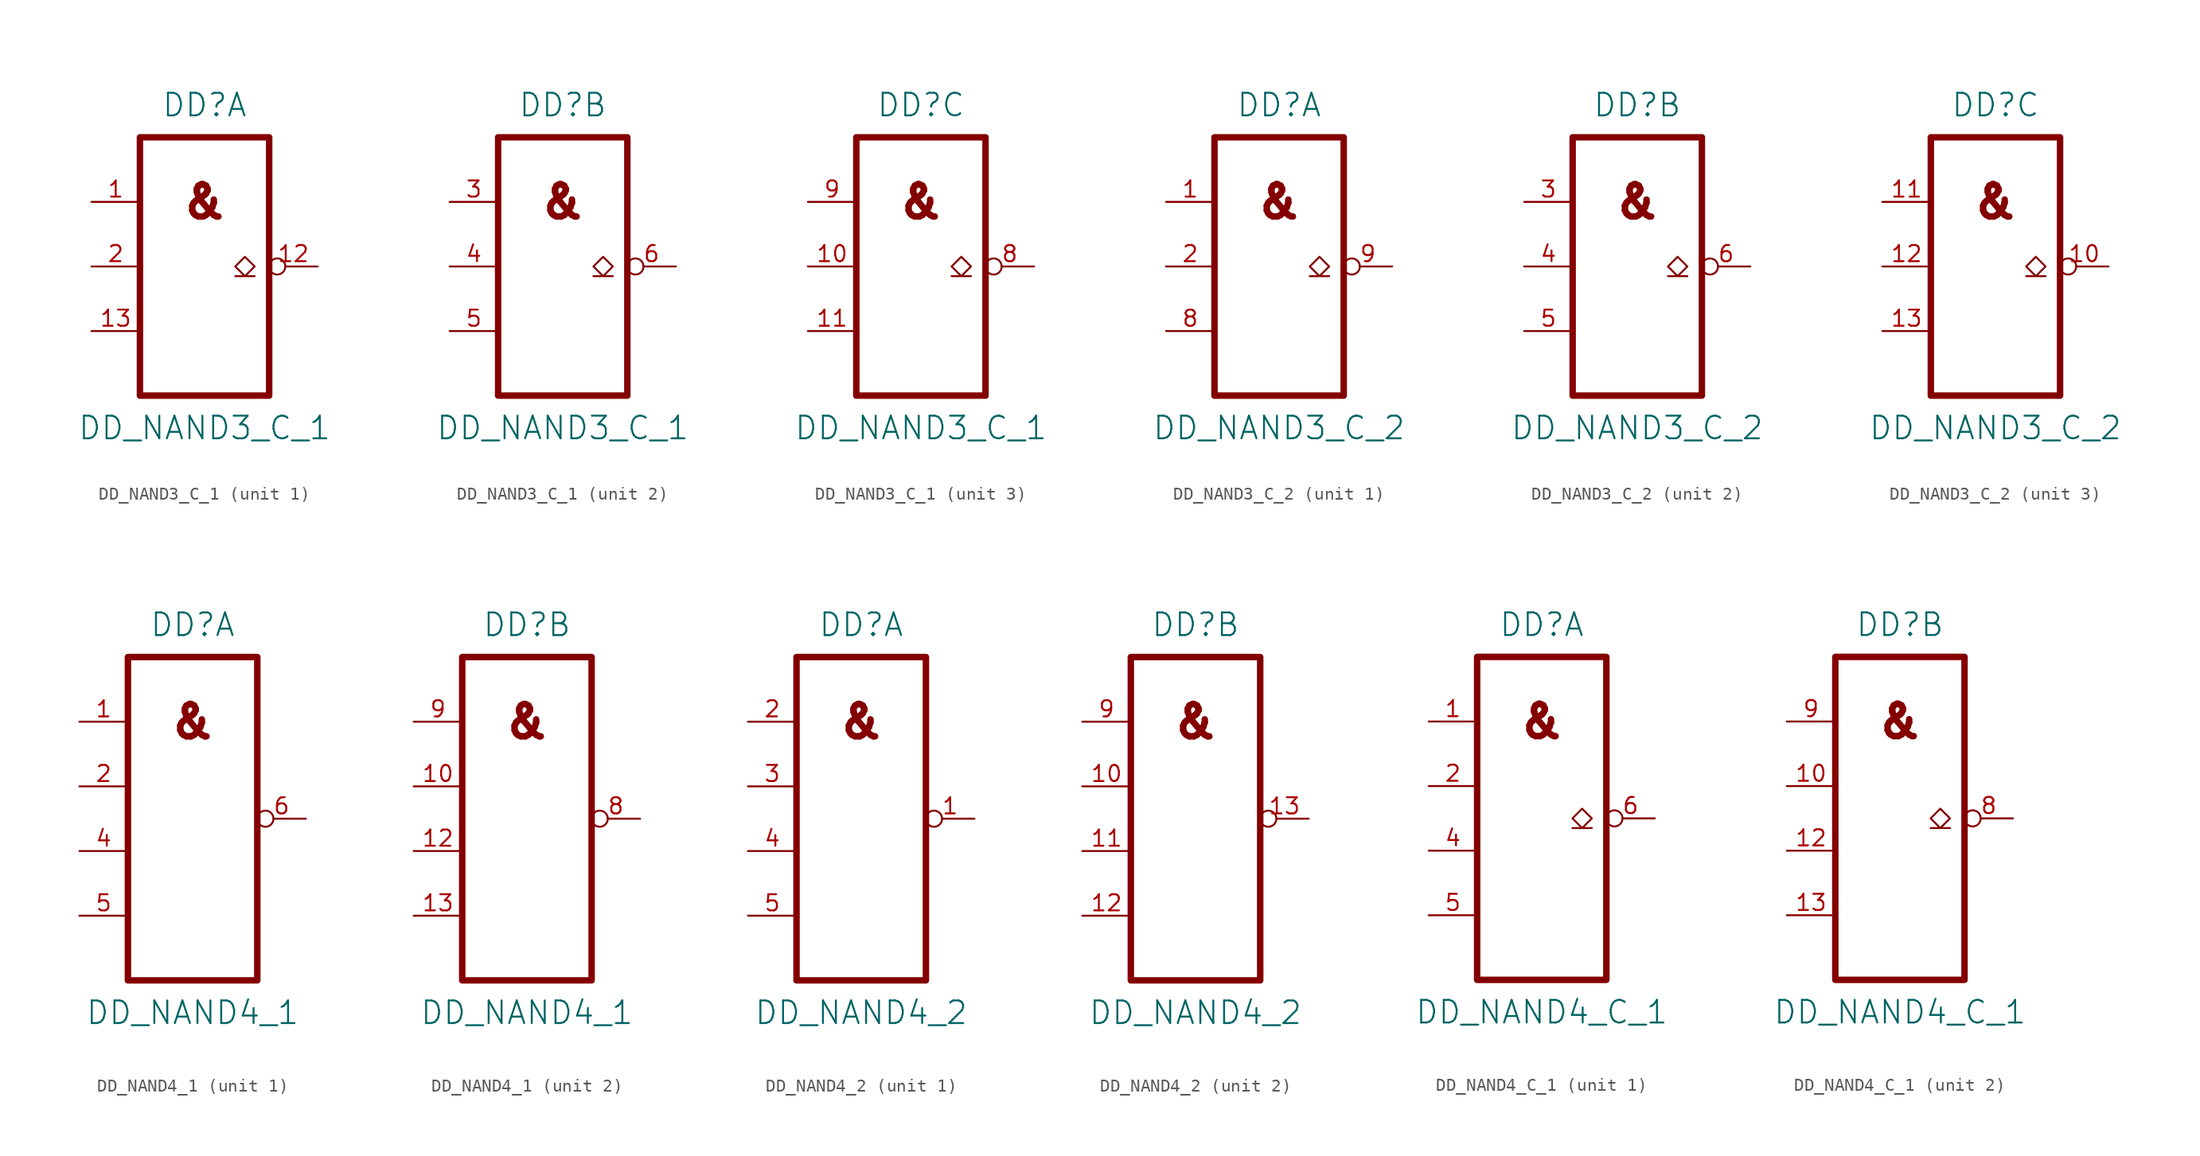
<source format=kicad_sym>
(kicad_symbol_lib
  (version 20211014)
  (generator kicad_symbol_editor)
  (symbol "DD_NAND3_C_1"
    (pin_names
      (offset 1.27))
    (property "Reference" "DD"
      (at 0 12.7 0)
      (effects (font (size 1.778 1.778))))
    (property "Value" "DD_NAND3_C_1"
      (at 0 -12.7 0)
      (effects (font (size 1.778 1.778))))
    (symbol "DD_NAND3_C_1_0_0"
      (text "&" (at 0 5.08 0) (effects (font (size 2.54 2.54) bold))))
    (symbol "DD_NAND3_C_1_0_1"
      (rectangle (start -5.08 10.16) (end 5.08 -10.16) (stroke (width 0.508) (type default) (color 0 0 0 0)) (fill (type none)))
      (polyline (pts (xy 2.413 -0.762) (xy 3.175 -0.762) (xy 2.413 0) (xy 3.175 0.762) (xy 3.937 0) (xy 3.175 -0.762) (xy 3.937 -0.762)) (stroke (width 0) (type default) (color 0 0 0 0)) (fill (type none)))
      (pin power_in non_logic (at 8.89 7.62 180) (length 3.81) hide (name "VCC" (effects (font (size 1.27 1.27)))) (number "14" (effects (font (size 1.27 1.27)))))
      (pin power_in non_logic (at 8.89 -7.62 180) (length 3.81) hide (name "GND" (effects (font (size 1.27 1.27)))) (number "7" (effects (font (size 1.27 1.27))))))
    (symbol "DD_NAND3_C_1_1_1"
      (pin input line (at -8.89 5.08 0) (length 3.81) (name "~" (effects (font (size 1.778 1.778)))) (number "1" (effects (font (size 1.27 1.27)))))
      (pin output inverted (at 8.89 0 180) (length 3.81) (name "~" (effects (font (size 1.778 1.778)))) (number "12" (effects (font (size 1.27 1.27)))))
      (pin input line (at -8.89 -5.08 0) (length 3.81) (name "~" (effects (font (size 1.778 1.778)))) (number "13" (effects (font (size 1.27 1.27)))))
      (pin input line (at -8.89 0 0) (length 3.81) (name "~" (effects (font (size 1.778 1.778)))) (number "2" (effects (font (size 1.27 1.27))))))
    (symbol "DD_NAND3_C_1_2_1"
      (pin input line (at -8.89 5.08 0) (length 3.81) (name "~" (effects (font (size 1.778 1.778)))) (number "3" (effects (font (size 1.27 1.27)))))
      (pin input line (at -8.89 0 0) (length 3.81) (name "~" (effects (font (size 1.778 1.778)))) (number "4" (effects (font (size 1.27 1.27)))))
      (pin input line (at -8.89 -5.08 0) (length 3.81) (name "~" (effects (font (size 1.778 1.778)))) (number "5" (effects (font (size 1.27 1.27)))))
      (pin output inverted (at 8.89 0 180) (length 3.81) (name "~" (effects (font (size 1.778 1.778)))) (number "6" (effects (font (size 1.27 1.27))))))
    (symbol "DD_NAND3_C_1_3_1"
      (pin input line (at -8.89 0 0) (length 3.81) (name "~" (effects (font (size 1.778 1.778)))) (number "10" (effects (font (size 1.27 1.27)))))
      (pin input line (at -8.89 -5.08 0) (length 3.81) (name "~" (effects (font (size 1.778 1.778)))) (number "11" (effects (font (size 1.27 1.27)))))
      (pin output inverted (at 8.89 0 180) (length 3.81) (name "~" (effects (font (size 1.778 1.778)))) (number "8" (effects (font (size 1.27 1.27)))))
      (pin input line (at -8.89 5.08 0) (length 3.81) (name "~" (effects (font (size 1.778 1.778)))) (number "9" (effects (font (size 1.27 1.27)))))))
  (symbol "DD_NAND3_C_2"
    (pin_names
      (offset 1.27))
    (property "Reference" "DD"
      (at 0 12.7 0)
      (effects (font (size 1.778 1.778))))
    (property "Value" "DD_NAND3_C_2"
      (at 0 -12.7 0)
      (effects (font (size 1.778 1.778))))
    (symbol "DD_NAND3_C_2_0_0"
      (text "&" (at 0 5.08 0) (effects (font (size 2.54 2.54) bold))))
    (symbol "DD_NAND3_C_2_0_1"
      (rectangle (start -5.08 10.16) (end 5.08 -10.16) (stroke (width 0.508) (type default) (color 0 0 0 0)) (fill (type none)))
      (polyline (pts (xy 2.413 -0.762) (xy 3.175 -0.762) (xy 2.413 0) (xy 3.175 0.762) (xy 3.937 0) (xy 3.175 -0.762) (xy 3.937 -0.762)) (stroke (width 0) (type default) (color 0 0 0 0)) (fill (type none)))
      (pin power_in non_logic (at 8.89 7.62 180) (length 3.81) hide (name "VCC" (effects (font (size 1.27 1.27)))) (number "14" (effects (font (size 1.27 1.27)))))
      (pin power_in non_logic (at 8.89 -7.62 180) (length 3.81) hide (name "GND" (effects (font (size 1.27 1.27)))) (number "7" (effects (font (size 1.27 1.27))))))
    (symbol "DD_NAND3_C_2_1_1"
      (pin input line (at -8.89 5.08 0) (length 3.81) (name "~" (effects (font (size 1.778 1.778)))) (number "1" (effects (font (size 1.27 1.27)))))
      (pin input line (at -8.89 0 0) (length 3.81) (name "~" (effects (font (size 1.778 1.778)))) (number "2" (effects (font (size 1.27 1.27)))))
      (pin input line (at -8.89 -5.08 0) (length 3.81) (name "~" (effects (font (size 1.778 1.778)))) (number "8" (effects (font (size 1.27 1.27)))))
      (pin output inverted (at 8.89 0 180) (length 3.81) (name "~" (effects (font (size 1.778 1.778)))) (number "9" (effects (font (size 1.27 1.27))))))
    (symbol "DD_NAND3_C_2_2_1"
      (pin input line (at -8.89 5.08 0) (length 3.81) (name "~" (effects (font (size 1.778 1.778)))) (number "3" (effects (font (size 1.27 1.27)))))
      (pin input line (at -8.89 0 0) (length 3.81) (name "~" (effects (font (size 1.778 1.778)))) (number "4" (effects (font (size 1.27 1.27)))))
      (pin input line (at -8.89 -5.08 0) (length 3.81) (name "~" (effects (font (size 1.778 1.778)))) (number "5" (effects (font (size 1.27 1.27)))))
      (pin output inverted (at 8.89 0 180) (length 3.81) (name "~" (effects (font (size 1.778 1.778)))) (number "6" (effects (font (size 1.27 1.27))))))
    (symbol "DD_NAND3_C_2_3_1"
      (pin output inverted (at 8.89 0 180) (length 3.81) (name "~" (effects (font (size 1.778 1.778)))) (number "10" (effects (font (size 1.27 1.27)))))
      (pin input line (at -8.89 5.08 0) (length 3.81) (name "~" (effects (font (size 1.778 1.778)))) (number "11" (effects (font (size 1.27 1.27)))))
      (pin input line (at -8.89 0 0) (length 3.81) (name "~" (effects (font (size 1.778 1.778)))) (number "12" (effects (font (size 1.27 1.27)))))
      (pin input line (at -8.89 -5.08 0) (length 3.81) (name "~" (effects (font (size 1.778 1.778)))) (number "13" (effects (font (size 1.27 1.27)))))))
  (symbol "DD_NAND4_1"
    (pin_names
      (offset 1.27))
    (property "Reference" "DD"
      (at 0 15.24 0)
      (effects (font (size 1.778 1.778))))
    (property "Value" "DD_NAND4_1"
      (at 0 -15.24 0)
      (effects (font (size 1.778 1.778))))
    (symbol "DD_NAND4_1_0_0"
      (text "&" (at 0 7.62 0) (effects (font (size 2.54 2.54) bold))))
    (symbol "DD_NAND4_1_0_1"
      (rectangle (start -5.08 12.7) (end 5.08 -12.7) (stroke (width 0.508) (type default) (color 0 0 0 0)) (fill (type none)))
      (pin power_in non_logic (at 8.89 10.16 180) (length 3.81) hide (name "VCC" (effects (font (size 1.27 1.27)))) (number "14" (effects (font (size 1.27 1.27)))))
      (pin power_in non_logic (at 8.89 -10.16 180) (length 3.81) hide (name "GND" (effects (font (size 1.27 1.27)))) (number "7" (effects (font (size 1.27 1.27))))))
    (symbol "DD_NAND4_1_1_1"
      (pin input line (at -8.89 7.62 0) (length 3.81) (name "~" (effects (font (size 1.778 1.778)))) (number "1" (effects (font (size 1.27 1.27)))))
      (pin input line (at -8.89 2.54 0) (length 3.81) (name "~" (effects (font (size 1.778 1.778)))) (number "2" (effects (font (size 1.27 1.27)))))
      (pin input line (at -8.89 -2.54 0) (length 3.81) (name "~" (effects (font (size 1.778 1.778)))) (number "4" (effects (font (size 1.27 1.27)))))
      (pin input line (at -8.89 -7.62 0) (length 3.81) (name "~" (effects (font (size 1.778 1.778)))) (number "5" (effects (font (size 1.27 1.27)))))
      (pin output inverted (at 8.89 0 180) (length 3.81) (name "~" (effects (font (size 1.778 1.778)))) (number "6" (effects (font (size 1.27 1.27))))))
    (symbol "DD_NAND4_1_2_1"
      (pin input line (at -8.89 2.54 0) (length 3.81) (name "~" (effects (font (size 1.778 1.778)))) (number "10" (effects (font (size 1.27 1.27)))))
      (pin input line (at -8.89 -2.54 0) (length 3.81) (name "~" (effects (font (size 1.778 1.778)))) (number "12" (effects (font (size 1.27 1.27)))))
      (pin input line (at -8.89 -7.62 0) (length 3.81) (name "~" (effects (font (size 1.778 1.778)))) (number "13" (effects (font (size 1.27 1.27)))))
      (pin output inverted (at 8.89 0 180) (length 3.81) (name "~" (effects (font (size 1.778 1.778)))) (number "8" (effects (font (size 1.27 1.27)))))
      (pin input line (at -8.89 7.62 0) (length 3.81) (name "~" (effects (font (size 1.778 1.778)))) (number "9" (effects (font (size 1.27 1.27)))))))
  (symbol "DD_NAND4_2"
    (pin_names
      (offset 1.27))
    (property "Reference" "DD"
      (at 0 15.24 0)
      (effects (font (size 1.778 1.778))))
    (property "Value" "DD_NAND4_2"
      (at 0 -15.24 0)
      (effects (font (size 1.778 1.778))))
    (symbol "DD_NAND4_2_0_0"
      (text "&" (at 0 7.62 0) (effects (font (size 2.54 2.54) bold))))
    (symbol "DD_NAND4_2_0_1"
      (rectangle (start -5.08 12.7) (end 5.08 -12.7) (stroke (width 0.508) (type default) (color 0 0 0 0)) (fill (type none)))
      (pin power_in non_logic (at 8.89 10.16 180) (length 3.81) hide (name "VCC" (effects (font (size 1.27 1.27)))) (number "14" (effects (font (size 1.27 1.27)))))
      (pin power_in non_logic (at 8.89 -10.16 180) (length 3.81) hide (name "GND" (effects (font (size 1.27 1.27)))) (number "7" (effects (font (size 1.27 1.27))))))
    (symbol "DD_NAND4_2_1_1"
      (pin output inverted (at 8.89 0 180) (length 3.81) (name "~" (effects (font (size 1.778 1.778)))) (number "1" (effects (font (size 1.27 1.27)))))
      (pin input line (at -8.89 7.62 0) (length 3.81) (name "~" (effects (font (size 1.778 1.778)))) (number "2" (effects (font (size 1.27 1.27)))))
      (pin input line (at -8.89 2.54 0) (length 3.81) (name "~" (effects (font (size 1.778 1.778)))) (number "3" (effects (font (size 1.27 1.27)))))
      (pin input line (at -8.89 -2.54 0) (length 3.81) (name "~" (effects (font (size 1.778 1.778)))) (number "4" (effects (font (size 1.27 1.27)))))
      (pin input line (at -8.89 -7.62 0) (length 3.81) (name "~" (effects (font (size 1.778 1.778)))) (number "5" (effects (font (size 1.27 1.27))))))
    (symbol "DD_NAND4_2_2_1"
      (pin input line (at -8.89 2.54 0) (length 3.81) (name "~" (effects (font (size 1.778 1.778)))) (number "10" (effects (font (size 1.27 1.27)))))
      (pin input line (at -8.89 -2.54 0) (length 3.81) (name "~" (effects (font (size 1.778 1.778)))) (number "11" (effects (font (size 1.27 1.27)))))
      (pin input line (at -8.89 -7.62 0) (length 3.81) (name "~" (effects (font (size 1.778 1.778)))) (number "12" (effects (font (size 1.27 1.27)))))
      (pin output inverted (at 8.89 0 180) (length 3.81) (name "~" (effects (font (size 1.778 1.778)))) (number "13" (effects (font (size 1.27 1.27)))))
      (pin input line (at -8.89 7.62 0) (length 3.81) (name "~" (effects (font (size 1.778 1.778)))) (number "9" (effects (font (size 1.27 1.27)))))))
  (symbol "DD_NAND4_C_1"
    (pin_names
      (offset 1.27))
    (property "Reference" "DD"
      (at 0 15.24 0)
      (effects (font (size 1.778 1.778))))
    (property "Value" "DD_NAND4_C_1"
      (at 0 -15.24 0)
      (effects (font (size 1.778 1.778))))
    (symbol "DD_NAND4_C_1_0_0"
      (text "&" (at 0 7.62 0) (effects (font (size 2.54 2.54) bold))))
    (symbol "DD_NAND4_C_1_0_1"
      (rectangle (start -5.08 12.7) (end 5.08 -12.7) (stroke (width 0.508) (type default) (color 0 0 0 0)) (fill (type none)))
      (polyline (pts (xy 2.413 -0.762) (xy 3.175 -0.762) (xy 2.413 0) (xy 3.175 0.762) (xy 3.937 0) (xy 3.175 -0.762) (xy 3.937 -0.762)) (stroke (width 0) (type default) (color 0 0 0 0)) (fill (type none)))
      (pin power_in non_logic (at 8.89 10.16 180) (length 3.81) hide (name "VCC" (effects (font (size 1.27 1.27)))) (number "14" (effects (font (size 1.27 1.27)))))
      (pin power_in non_logic (at 8.89 -10.16 180) (length 3.81) hide (name "GND" (effects (font (size 1.27 1.27)))) (number "7" (effects (font (size 1.27 1.27))))))
    (symbol "DD_NAND4_C_1_1_1"
      (pin input line (at -8.89 7.62 0) (length 3.81) (name "~" (effects (font (size 1.778 1.778)))) (number "1" (effects (font (size 1.27 1.27)))))
      (pin input line (at -8.89 2.54 0) (length 3.81) (name "~" (effects (font (size 1.778 1.778)))) (number "2" (effects (font (size 1.27 1.27)))))
      (pin input line (at -8.89 -2.54 0) (length 3.81) (name "~" (effects (font (size 1.778 1.778)))) (number "4" (effects (font (size 1.27 1.27)))))
      (pin input line (at -8.89 -7.62 0) (length 3.81) (name "~" (effects (font (size 1.778 1.778)))) (number "5" (effects (font (size 1.27 1.27)))))
      (pin output inverted (at 8.89 0 180) (length 3.81) (name "~" (effects (font (size 1.778 1.778)))) (number "6" (effects (font (size 1.27 1.27))))))
    (symbol "DD_NAND4_C_1_2_1"
      (pin input line (at -8.89 2.54 0) (length 3.81) (name "~" (effects (font (size 1.778 1.778)))) (number "10" (effects (font (size 1.27 1.27)))))
      (pin input line (at -8.89 -2.54 0) (length 3.81) (name "~" (effects (font (size 1.778 1.778)))) (number "12" (effects (font (size 1.27 1.27)))))
      (pin input line (at -8.89 -7.62 0) (length 3.81) (name "~" (effects (font (size 1.778 1.778)))) (number "13" (effects (font (size 1.27 1.27)))))
      (pin output inverted (at 8.89 0 180) (length 3.81) (name "~" (effects (font (size 1.778 1.778)))) (number "8" (effects (font (size 1.27 1.27)))))
      (pin input line (at -8.89 7.62 0) (length 3.81) (name "~" (effects (font (size 1.778 1.778)))) (number "9" (effects (font (size 1.27 1.27))))))))
</source>
